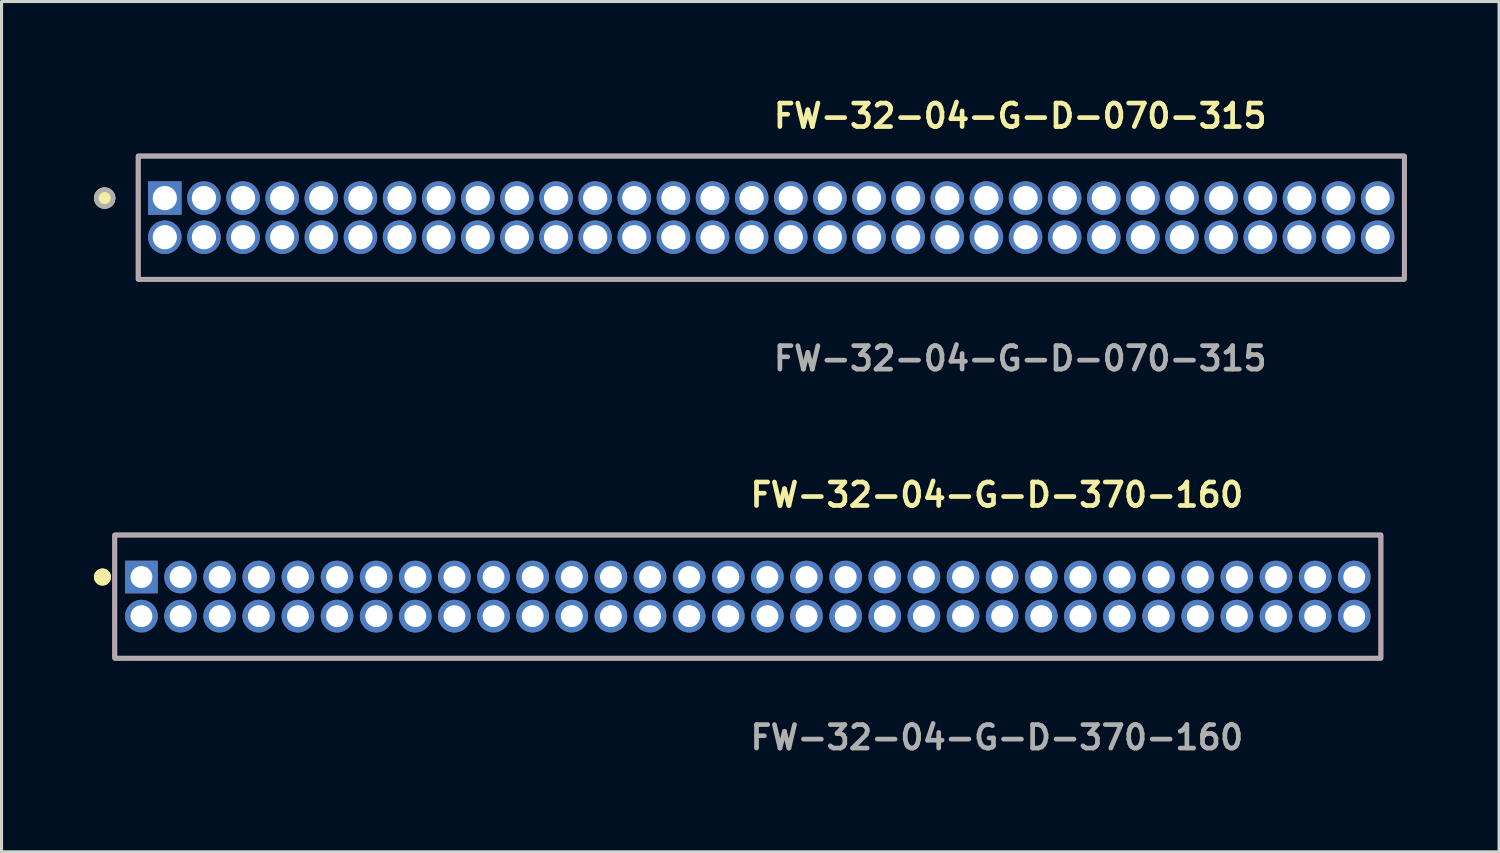
<source format=kicad_pcb>
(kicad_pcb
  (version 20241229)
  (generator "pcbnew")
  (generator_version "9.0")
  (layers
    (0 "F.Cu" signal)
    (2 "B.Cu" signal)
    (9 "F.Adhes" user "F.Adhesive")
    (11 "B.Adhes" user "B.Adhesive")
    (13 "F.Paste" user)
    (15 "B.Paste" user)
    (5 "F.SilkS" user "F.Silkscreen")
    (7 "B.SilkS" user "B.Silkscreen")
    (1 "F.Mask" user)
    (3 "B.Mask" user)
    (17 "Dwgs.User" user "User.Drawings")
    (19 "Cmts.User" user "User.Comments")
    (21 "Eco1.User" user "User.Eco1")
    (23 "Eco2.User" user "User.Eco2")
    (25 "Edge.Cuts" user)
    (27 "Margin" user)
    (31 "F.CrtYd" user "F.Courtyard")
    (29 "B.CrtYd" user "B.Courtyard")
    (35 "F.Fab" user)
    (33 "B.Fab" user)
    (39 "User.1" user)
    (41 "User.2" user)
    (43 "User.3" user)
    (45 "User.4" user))
  (footprint "FW-32-04-G-D-370-160"
    (layer "F.Cu")
    (at 21.226 16.316)
    (property "Reference" "FW-32-04-G-D-370-160" (at 0 -3.302 0) (unlocked yes) (layer "F.SilkS") (effects (font (size 0.762 0.762) (thickness 0.152)) (justify left)))
    (fp_rect (start -20.55 2) (end 20.55 -2) (stroke (width 0.152) (type solid)) (fill no) (layer "F.SilkS"))
    (fp_circle (center -20.95 -0.635) (end -21.15 -0.635) (stroke (width 0.152) (type solid)) (fill yes) (layer "F.SilkS"))
    (fp_circle (center -20.95 -0.635) (end -21.15 -0.635) (stroke (width 0.152) (type solid)) (fill yes) (layer "F.SilkS"))
    (fp_rect (start -20.55 2) (end 20.55 -2) (stroke (width 0.006) (type solid)) (fill no) (layer "F.CrtYd"))
    (fp_rect (start -20.55 2) (end 20.55 -2) (stroke (width 0.152) (type solid)) (fill no) (layer "F.Fab"))
    (fp_text user "${REFERENCE}" (at 0 4.572 0) (unlocked yes) (layer "F.Fab") (effects (font (size 0.762 0.762) (thickness 0.152)) (justify left)))
    (pad "1" thru_hole rect (at -19.685 -0.635) (size 1.06 1.06) (drill 0.71) (layers "*.Cu" "*.Mask"))
    (pad "2" thru_hole circle (at -19.685 0.635) (size 1.06 1.06) (drill 0.71) (layers "*.Cu" "*.Mask"))
    (pad "3" thru_hole circle (at -18.415 -0.635) (size 1.06 1.06) (drill 0.71) (layers "*.Cu" "*.Mask"))
    (pad "4" thru_hole circle (at -18.415 0.635) (size 1.06 1.06) (drill 0.71) (layers "*.Cu" "*.Mask"))
    (pad "5" thru_hole circle (at -17.145 -0.635) (size 1.06 1.06) (drill 0.71) (layers "*.Cu" "*.Mask"))
    (pad "6" thru_hole circle (at -17.145 0.635) (size 1.06 1.06) (drill 0.71) (layers "*.Cu" "*.Mask"))
    (pad "7" thru_hole circle (at -15.875 -0.635) (size 1.06 1.06) (drill 0.71) (layers "*.Cu" "*.Mask"))
    (pad "8" thru_hole circle (at -15.875 0.635) (size 1.06 1.06) (drill 0.71) (layers "*.Cu" "*.Mask"))
    (pad "9" thru_hole circle (at -14.605 -0.635) (size 1.06 1.06) (drill 0.71) (layers "*.Cu" "*.Mask"))
    (pad "10" thru_hole circle (at -14.605 0.635) (size 1.06 1.06) (drill 0.71) (layers "*.Cu" "*.Mask"))
    (pad "11" thru_hole circle (at -13.335 -0.635) (size 1.06 1.06) (drill 0.71) (layers "*.Cu" "*.Mask"))
    (pad "12" thru_hole circle (at -13.335 0.635) (size 1.06 1.06) (drill 0.71) (layers "*.Cu" "*.Mask"))
    (pad "13" thru_hole circle (at -12.065 -0.635) (size 1.06 1.06) (drill 0.71) (layers "*.Cu" "*.Mask"))
    (pad "14" thru_hole circle (at -12.065 0.635) (size 1.06 1.06) (drill 0.71) (layers "*.Cu" "*.Mask"))
    (pad "15" thru_hole circle (at -10.795 -0.635) (size 1.06 1.06) (drill 0.71) (layers "*.Cu" "*.Mask"))
    (pad "16" thru_hole circle (at -10.795 0.635) (size 1.06 1.06) (drill 0.71) (layers "*.Cu" "*.Mask"))
    (pad "17" thru_hole circle (at -9.525 -0.635) (size 1.06 1.06) (drill 0.71) (layers "*.Cu" "*.Mask"))
    (pad "18" thru_hole circle (at -9.525 0.635) (size 1.06 1.06) (drill 0.71) (layers "*.Cu" "*.Mask"))
    (pad "19" thru_hole circle (at -8.255 -0.635) (size 1.06 1.06) (drill 0.71) (layers "*.Cu" "*.Mask"))
    (pad "20" thru_hole circle (at -8.255 0.635) (size 1.06 1.06) (drill 0.71) (layers "*.Cu" "*.Mask"))
    (pad "21" thru_hole circle (at -6.985 -0.635) (size 1.06 1.06) (drill 0.71) (layers "*.Cu" "*.Mask"))
    (pad "22" thru_hole circle (at -6.985 0.635) (size 1.06 1.06) (drill 0.71) (layers "*.Cu" "*.Mask"))
    (pad "23" thru_hole circle (at -5.715 -0.635) (size 1.06 1.06) (drill 0.71) (layers "*.Cu" "*.Mask"))
    (pad "24" thru_hole circle (at -5.715 0.635) (size 1.06 1.06) (drill 0.71) (layers "*.Cu" "*.Mask"))
    (pad "25" thru_hole circle (at -4.445 -0.635) (size 1.06 1.06) (drill 0.71) (layers "*.Cu" "*.Mask"))
    (pad "26" thru_hole circle (at -4.445 0.635) (size 1.06 1.06) (drill 0.71) (layers "*.Cu" "*.Mask"))
    (pad "27" thru_hole circle (at -3.175 -0.635) (size 1.06 1.06) (drill 0.71) (layers "*.Cu" "*.Mask"))
    (pad "28" thru_hole circle (at -3.175 0.635) (size 1.06 1.06) (drill 0.71) (layers "*.Cu" "*.Mask"))
    (pad "29" thru_hole circle (at -1.905 -0.635) (size 1.06 1.06) (drill 0.71) (layers "*.Cu" "*.Mask"))
    (pad "30" thru_hole circle (at -1.905 0.635) (size 1.06 1.06) (drill 0.71) (layers "*.Cu" "*.Mask"))
    (pad "31" thru_hole circle (at -0.635 -0.635) (size 1.06 1.06) (drill 0.71) (layers "*.Cu" "*.Mask"))
    (pad "32" thru_hole circle (at -0.635 0.635) (size 1.06 1.06) (drill 0.71) (layers "*.Cu" "*.Mask"))
    (pad "33" thru_hole circle (at 0.635 -0.635) (size 1.06 1.06) (drill 0.71) (layers "*.Cu" "*.Mask"))
    (pad "34" thru_hole circle (at 0.635 0.635) (size 1.06 1.06) (drill 0.71) (layers "*.Cu" "*.Mask"))
    (pad "35" thru_hole circle (at 1.905 -0.635) (size 1.06 1.06) (drill 0.71) (layers "*.Cu" "*.Mask"))
    (pad "36" thru_hole circle (at 1.905 0.635) (size 1.06 1.06) (drill 0.71) (layers "*.Cu" "*.Mask"))
    (pad "37" thru_hole circle (at 3.175 -0.635) (size 1.06 1.06) (drill 0.71) (layers "*.Cu" "*.Mask"))
    (pad "38" thru_hole circle (at 3.175 0.635) (size 1.06 1.06) (drill 0.71) (layers "*.Cu" "*.Mask"))
    (pad "39" thru_hole circle (at 4.445 -0.635) (size 1.06 1.06) (drill 0.71) (layers "*.Cu" "*.Mask"))
    (pad "40" thru_hole circle (at 4.445 0.635) (size 1.06 1.06) (drill 0.71) (layers "*.Cu" "*.Mask"))
    (pad "41" thru_hole circle (at 5.715 -0.635) (size 1.06 1.06) (drill 0.71) (layers "*.Cu" "*.Mask"))
    (pad "42" thru_hole circle (at 5.715 0.635) (size 1.06 1.06) (drill 0.71) (layers "*.Cu" "*.Mask"))
    (pad "43" thru_hole circle (at 6.985 -0.635) (size 1.06 1.06) (drill 0.71) (layers "*.Cu" "*.Mask"))
    (pad "44" thru_hole circle (at 6.985 0.635) (size 1.06 1.06) (drill 0.71) (layers "*.Cu" "*.Mask"))
    (pad "45" thru_hole circle (at 8.255 -0.635) (size 1.06 1.06) (drill 0.71) (layers "*.Cu" "*.Mask"))
    (pad "46" thru_hole circle (at 8.255 0.635) (size 1.06 1.06) (drill 0.71) (layers "*.Cu" "*.Mask"))
    (pad "47" thru_hole circle (at 9.525 -0.635) (size 1.06 1.06) (drill 0.71) (layers "*.Cu" "*.Mask"))
    (pad "48" thru_hole circle (at 9.525 0.635) (size 1.06 1.06) (drill 0.71) (layers "*.Cu" "*.Mask"))
    (pad "49" thru_hole circle (at 10.795 -0.635) (size 1.06 1.06) (drill 0.71) (layers "*.Cu" "*.Mask"))
    (pad "50" thru_hole circle (at 10.795 0.635) (size 1.06 1.06) (drill 0.71) (layers "*.Cu" "*.Mask"))
    (pad "51" thru_hole circle (at 12.065 -0.635) (size 1.06 1.06) (drill 0.71) (layers "*.Cu" "*.Mask"))
    (pad "52" thru_hole circle (at 12.065 0.635) (size 1.06 1.06) (drill 0.71) (layers "*.Cu" "*.Mask"))
    (pad "53" thru_hole circle (at 13.335 -0.635) (size 1.06 1.06) (drill 0.71) (layers "*.Cu" "*.Mask"))
    (pad "54" thru_hole circle (at 13.335 0.635) (size 1.06 1.06) (drill 0.71) (layers "*.Cu" "*.Mask"))
    (pad "55" thru_hole circle (at 14.605 -0.635) (size 1.06 1.06) (drill 0.71) (layers "*.Cu" "*.Mask"))
    (pad "56" thru_hole circle (at 14.605 0.635) (size 1.06 1.06) (drill 0.71) (layers "*.Cu" "*.Mask"))
    (pad "57" thru_hole circle (at 15.875 -0.635) (size 1.06 1.06) (drill 0.71) (layers "*.Cu" "*.Mask"))
    (pad "58" thru_hole circle (at 15.875 0.635) (size 1.06 1.06) (drill 0.71) (layers "*.Cu" "*.Mask"))
    (pad "59" thru_hole circle (at 17.145 -0.635) (size 1.06 1.06) (drill 0.71) (layers "*.Cu" "*.Mask"))
    (pad "60" thru_hole circle (at 17.145 0.635) (size 1.06 1.06) (drill 0.71) (layers "*.Cu" "*.Mask"))
    (pad "61" thru_hole circle (at 18.415 -0.635) (size 1.06 1.06) (drill 0.71) (layers "*.Cu" "*.Mask"))
    (pad "62" thru_hole circle (at 18.415 0.635) (size 1.06 1.06) (drill 0.71) (layers "*.Cu" "*.Mask"))
    (pad "63" thru_hole circle (at 19.685 -0.635) (size 1.06 1.06) (drill 0.71) (layers "*.Cu" "*.Mask"))
    (pad "64" thru_hole circle (at 19.685 0.635) (size 1.06 1.06) (drill 0.71) (layers "*.Cu" "*.Mask")))
  (footprint "FW-32-04-G-D-070-315"
    (layer "F.Cu")
    (at 21.985 4.015)
    (property "Reference" "FW-32-04-G-D-070-315" (at 0 -3.302 0) (unlocked yes) (layer "F.SilkS") (effects (font (size 0.762 0.762) (thickness 0.152)) (justify left)))
    (fp_rect (start -20.55 2) (end 20.55 -2) (stroke (width 0.152) (type solid)) (fill no) (layer "F.SilkS"))
    (fp_circle (center -21.637 -0.635) (end -21.909 -0.635) (stroke (width 0.152) (type solid)) (fill yes) (layer "F.SilkS"))
    (fp_rect (start -20.55 2) (end 20.55 -2) (stroke (width 0.006) (type solid)) (fill no) (layer "F.CrtYd"))
    (fp_rect (start -20.55 2) (end 20.55 -2) (stroke (width 0.152) (type solid)) (fill no) (layer "F.Fab"))
    (fp_circle (center -21.637 -0.635) (end -21.909 -0.635) (stroke (width 0.152) (type solid)) (fill no) (layer "F.Fab"))
    (fp_text user "${REFERENCE}" (at 0 4.572 0) (unlocked yes) (layer "F.Fab") (effects (font (size 0.762 0.762) (thickness 0.152)) (justify left)))
    (pad "1" thru_hole rect (at -19.685 -0.635) (size 1.087 1.087) (drill 0.787) (layers "*.Cu" "*.Mask"))
    (pad "2" thru_hole circle (at -19.685 0.635) (size 1.087 1.087) (drill 0.787) (layers "*.Cu" "*.Mask"))
    (pad "3" thru_hole circle (at -18.415 -0.635) (size 1.087 1.087) (drill 0.787) (layers "*.Cu" "*.Mask"))
    (pad "4" thru_hole circle (at -18.415 0.635) (size 1.087 1.087) (drill 0.787) (layers "*.Cu" "*.Mask"))
    (pad "5" thru_hole circle (at -17.145 -0.635) (size 1.087 1.087) (drill 0.787) (layers "*.Cu" "*.Mask"))
    (pad "6" thru_hole circle (at -17.145 0.635) (size 1.087 1.087) (drill 0.787) (layers "*.Cu" "*.Mask"))
    (pad "7" thru_hole circle (at -15.875 -0.635) (size 1.087 1.087) (drill 0.787) (layers "*.Cu" "*.Mask"))
    (pad "8" thru_hole circle (at -15.875 0.635) (size 1.087 1.087) (drill 0.787) (layers "*.Cu" "*.Mask"))
    (pad "9" thru_hole circle (at -14.605 -0.635) (size 1.087 1.087) (drill 0.787) (layers "*.Cu" "*.Mask"))
    (pad "10" thru_hole circle (at -14.605 0.635) (size 1.087 1.087) (drill 0.787) (layers "*.Cu" "*.Mask"))
    (pad "11" thru_hole circle (at -13.335 -0.635) (size 1.087 1.087) (drill 0.787) (layers "*.Cu" "*.Mask"))
    (pad "12" thru_hole circle (at -13.335 0.635) (size 1.087 1.087) (drill 0.787) (layers "*.Cu" "*.Mask"))
    (pad "13" thru_hole circle (at -12.065 -0.635) (size 1.087 1.087) (drill 0.787) (layers "*.Cu" "*.Mask"))
    (pad "14" thru_hole circle (at -12.065 0.635) (size 1.087 1.087) (drill 0.787) (layers "*.Cu" "*.Mask"))
    (pad "15" thru_hole circle (at -10.795 -0.635) (size 1.087 1.087) (drill 0.787) (layers "*.Cu" "*.Mask"))
    (pad "16" thru_hole circle (at -10.795 0.635) (size 1.087 1.087) (drill 0.787) (layers "*.Cu" "*.Mask"))
    (pad "17" thru_hole circle (at -9.525 -0.635) (size 1.087 1.087) (drill 0.787) (layers "*.Cu" "*.Mask"))
    (pad "18" thru_hole circle (at -9.525 0.635) (size 1.087 1.087) (drill 0.787) (layers "*.Cu" "*.Mask"))
    (pad "19" thru_hole circle (at -8.255 -0.635) (size 1.087 1.087) (drill 0.787) (layers "*.Cu" "*.Mask"))
    (pad "20" thru_hole circle (at -8.255 0.635) (size 1.087 1.087) (drill 0.787) (layers "*.Cu" "*.Mask"))
    (pad "21" thru_hole circle (at -6.985 -0.635) (size 1.087 1.087) (drill 0.787) (layers "*.Cu" "*.Mask"))
    (pad "22" thru_hole circle (at -6.985 0.635) (size 1.087 1.087) (drill 0.787) (layers "*.Cu" "*.Mask"))
    (pad "23" thru_hole circle (at -5.715 -0.635) (size 1.087 1.087) (drill 0.787) (layers "*.Cu" "*.Mask"))
    (pad "24" thru_hole circle (at -5.715 0.635) (size 1.087 1.087) (drill 0.787) (layers "*.Cu" "*.Mask"))
    (pad "25" thru_hole circle (at -4.445 -0.635) (size 1.087 1.087) (drill 0.787) (layers "*.Cu" "*.Mask"))
    (pad "26" thru_hole circle (at -4.445 0.635) (size 1.087 1.087) (drill 0.787) (layers "*.Cu" "*.Mask"))
    (pad "27" thru_hole circle (at -3.175 -0.635) (size 1.087 1.087) (drill 0.787) (layers "*.Cu" "*.Mask"))
    (pad "28" thru_hole circle (at -3.175 0.635) (size 1.087 1.087) (drill 0.787) (layers "*.Cu" "*.Mask"))
    (pad "29" thru_hole circle (at -1.905 -0.635) (size 1.087 1.087) (drill 0.787) (layers "*.Cu" "*.Mask"))
    (pad "30" thru_hole circle (at -1.905 0.635) (size 1.087 1.087) (drill 0.787) (layers "*.Cu" "*.Mask"))
    (pad "31" thru_hole circle (at -0.635 -0.635) (size 1.087 1.087) (drill 0.787) (layers "*.Cu" "*.Mask"))
    (pad "32" thru_hole circle (at -0.635 0.635) (size 1.087 1.087) (drill 0.787) (layers "*.Cu" "*.Mask"))
    (pad "33" thru_hole circle (at 0.635 -0.635) (size 1.087 1.087) (drill 0.787) (layers "*.Cu" "*.Mask"))
    (pad "34" thru_hole circle (at 0.635 0.635) (size 1.087 1.087) (drill 0.787) (layers "*.Cu" "*.Mask"))
    (pad "35" thru_hole circle (at 1.905 -0.635) (size 1.087 1.087) (drill 0.787) (layers "*.Cu" "*.Mask"))
    (pad "36" thru_hole circle (at 1.905 0.635) (size 1.087 1.087) (drill 0.787) (layers "*.Cu" "*.Mask"))
    (pad "37" thru_hole circle (at 3.175 -0.635) (size 1.087 1.087) (drill 0.787) (layers "*.Cu" "*.Mask"))
    (pad "38" thru_hole circle (at 3.175 0.635) (size 1.087 1.087) (drill 0.787) (layers "*.Cu" "*.Mask"))
    (pad "39" thru_hole circle (at 4.445 -0.635) (size 1.087 1.087) (drill 0.787) (layers "*.Cu" "*.Mask"))
    (pad "40" thru_hole circle (at 4.445 0.635) (size 1.087 1.087) (drill 0.787) (layers "*.Cu" "*.Mask"))
    (pad "41" thru_hole circle (at 5.715 -0.635) (size 1.087 1.087) (drill 0.787) (layers "*.Cu" "*.Mask"))
    (pad "42" thru_hole circle (at 5.715 0.635) (size 1.087 1.087) (drill 0.787) (layers "*.Cu" "*.Mask"))
    (pad "43" thru_hole circle (at 6.985 -0.635) (size 1.087 1.087) (drill 0.787) (layers "*.Cu" "*.Mask"))
    (pad "44" thru_hole circle (at 6.985 0.635) (size 1.087 1.087) (drill 0.787) (layers "*.Cu" "*.Mask"))
    (pad "45" thru_hole circle (at 8.255 -0.635) (size 1.087 1.087) (drill 0.787) (layers "*.Cu" "*.Mask"))
    (pad "46" thru_hole circle (at 8.255 0.635) (size 1.087 1.087) (drill 0.787) (layers "*.Cu" "*.Mask"))
    (pad "47" thru_hole circle (at 9.525 -0.635) (size 1.087 1.087) (drill 0.787) (layers "*.Cu" "*.Mask"))
    (pad "48" thru_hole circle (at 9.525 0.635) (size 1.087 1.087) (drill 0.787) (layers "*.Cu" "*.Mask"))
    (pad "49" thru_hole circle (at 10.795 -0.635) (size 1.087 1.087) (drill 0.787) (layers "*.Cu" "*.Mask"))
    (pad "50" thru_hole circle (at 10.795 0.635) (size 1.087 1.087) (drill 0.787) (layers "*.Cu" "*.Mask"))
    (pad "51" thru_hole circle (at 12.065 -0.635) (size 1.087 1.087) (drill 0.787) (layers "*.Cu" "*.Mask"))
    (pad "52" thru_hole circle (at 12.065 0.635) (size 1.087 1.087) (drill 0.787) (layers "*.Cu" "*.Mask"))
    (pad "53" thru_hole circle (at 13.335 -0.635) (size 1.087 1.087) (drill 0.787) (layers "*.Cu" "*.Mask"))
    (pad "54" thru_hole circle (at 13.335 0.635) (size 1.087 1.087) (drill 0.787) (layers "*.Cu" "*.Mask"))
    (pad "55" thru_hole circle (at 14.605 -0.635) (size 1.087 1.087) (drill 0.787) (layers "*.Cu" "*.Mask"))
    (pad "56" thru_hole circle (at 14.605 0.635) (size 1.087 1.087) (drill 0.787) (layers "*.Cu" "*.Mask"))
    (pad "57" thru_hole circle (at 15.875 -0.635) (size 1.087 1.087) (drill 0.787) (layers "*.Cu" "*.Mask"))
    (pad "58" thru_hole circle (at 15.875 0.635) (size 1.087 1.087) (drill 0.787) (layers "*.Cu" "*.Mask"))
    (pad "59" thru_hole circle (at 17.145 -0.635) (size 1.087 1.087) (drill 0.787) (layers "*.Cu" "*.Mask"))
    (pad "60" thru_hole circle (at 17.145 0.635) (size 1.087 1.087) (drill 0.787) (layers "*.Cu" "*.Mask"))
    (pad "61" thru_hole circle (at 18.415 -0.635) (size 1.087 1.087) (drill 0.787) (layers "*.Cu" "*.Mask"))
    (pad "62" thru_hole circle (at 18.415 0.635) (size 1.087 1.087) (drill 0.787) (layers "*.Cu" "*.Mask"))
    (pad "63" thru_hole circle (at 19.685 -0.635) (size 1.087 1.087) (drill 0.787) (layers "*.Cu" "*.Mask"))
    (pad "64" thru_hole circle (at 19.685 0.635) (size 1.087 1.087) (drill 0.787) (layers "*.Cu" "*.Mask")))
  (gr_rect
    (start -3 -3)
    (end 45.612 24.601)
    (stroke (width 0.1) (type default))
    (fill no)
    (layer "Edge.Cuts")))
</source>
